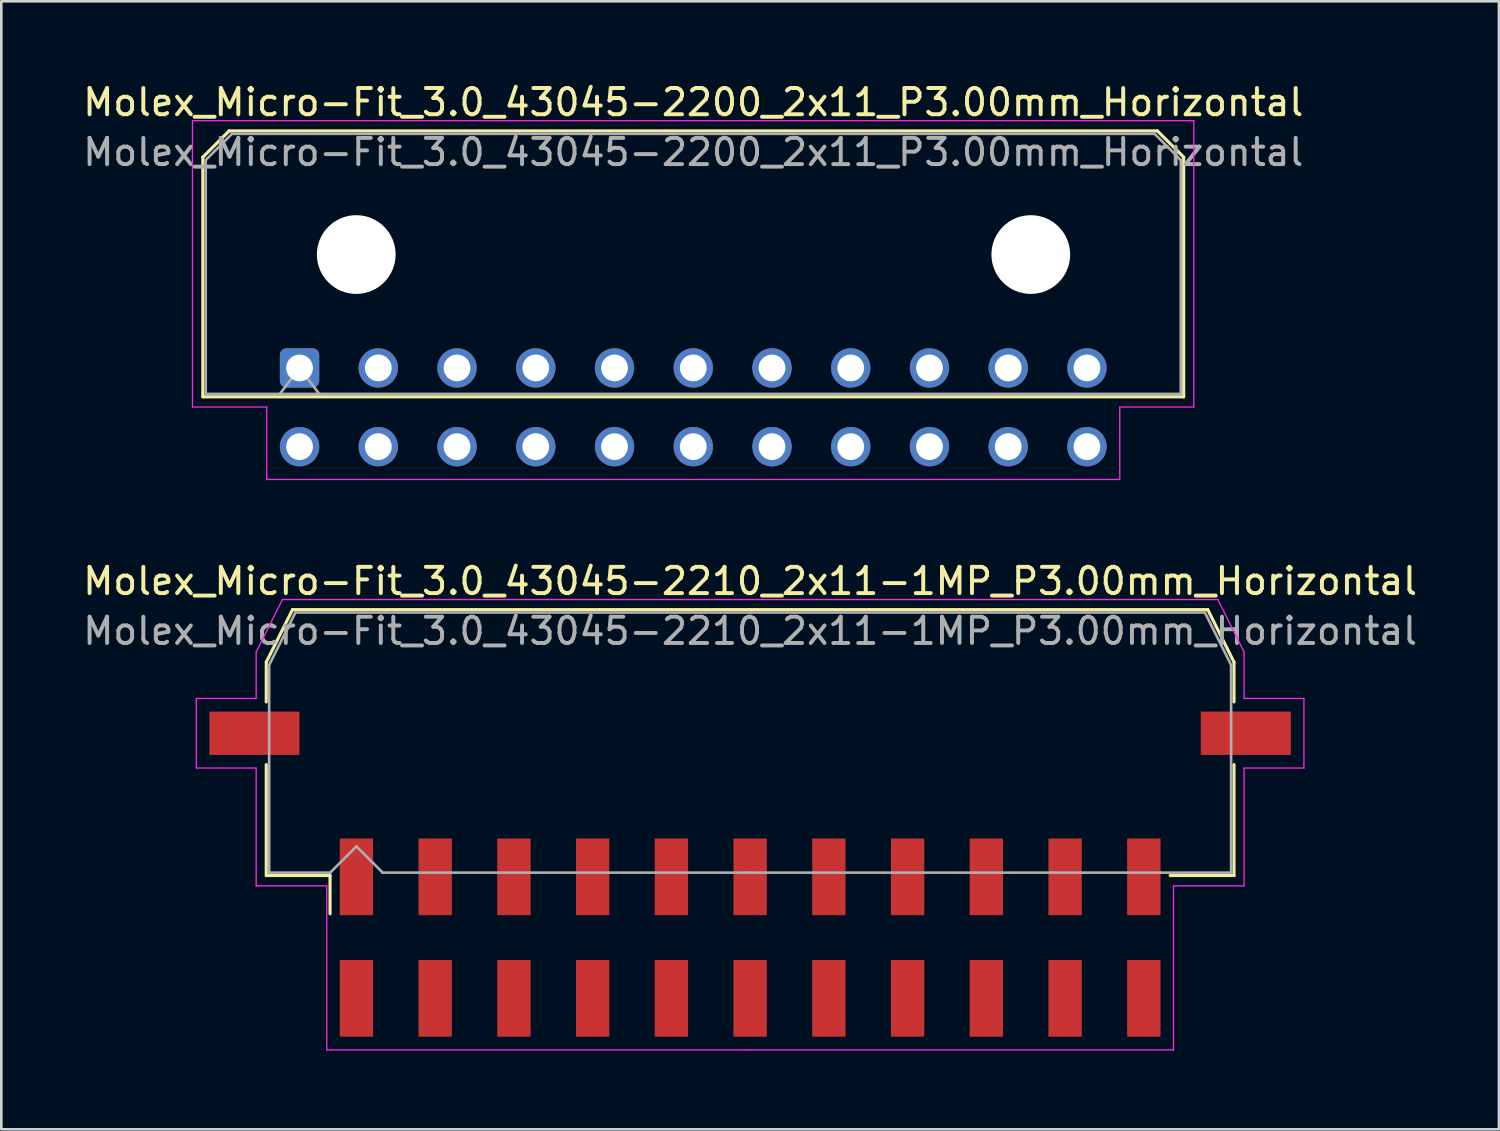
<source format=kicad_pcb>
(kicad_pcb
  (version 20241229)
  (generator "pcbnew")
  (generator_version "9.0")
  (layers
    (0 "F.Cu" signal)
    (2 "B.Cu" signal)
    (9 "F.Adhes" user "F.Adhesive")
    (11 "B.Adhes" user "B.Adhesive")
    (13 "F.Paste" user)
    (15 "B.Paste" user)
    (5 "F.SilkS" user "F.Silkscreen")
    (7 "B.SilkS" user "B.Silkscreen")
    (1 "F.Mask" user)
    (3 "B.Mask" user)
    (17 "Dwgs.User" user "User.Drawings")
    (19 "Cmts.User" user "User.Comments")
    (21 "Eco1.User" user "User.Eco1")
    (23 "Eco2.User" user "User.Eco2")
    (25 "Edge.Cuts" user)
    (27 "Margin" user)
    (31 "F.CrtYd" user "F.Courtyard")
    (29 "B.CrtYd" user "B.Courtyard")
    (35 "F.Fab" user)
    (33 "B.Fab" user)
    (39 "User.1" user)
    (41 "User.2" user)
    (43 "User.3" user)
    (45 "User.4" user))
  (footprint "Molex_Micro-Fit_3.0_43045-2200_2x11_P3.00mm_Horizontal"
    (layer "F.Cu")
    (at 8.363 10.968)
    (property "Reference" "Molex_Micro-Fit_3.0_43045-2200_2x11_P3.00mm_Horizontal" (at 15 -10.12 0) (layer "F.SilkS") (effects (font (size 1 1) (thickness 0.15))))
    (attr through_hole)
    (fp_line (start -3.685 -8.03) (end -2.685 -9.03) (stroke (width 0.12) (type solid)) (layer "F.SilkS"))
    (fp_line (start -3.685 1.1) (end -3.685 -8.03) (stroke (width 0.12) (type solid)) (layer "F.SilkS"))
    (fp_line (start -2.685 -9.03) (end 32.685 -9.03) (stroke (width 0.12) (type solid)) (layer "F.SilkS"))
    (fp_line (start 32.685 -9.03) (end 33.685 -8.03) (stroke (width 0.12) (type solid)) (layer "F.SilkS"))
    (fp_line (start 33.685 -8.03) (end 33.685 1.1) (stroke (width 0.12) (type solid)) (layer "F.SilkS"))
    (fp_line (start 33.685 1.1) (end -3.685 1.1) (stroke (width 0.12) (type solid)) (layer "F.SilkS"))
    (fp_line (start -4.08 -9.42) (end 34.07 -9.42) (stroke (width 0.05) (type solid)) (layer "F.CrtYd"))
    (fp_line (start -4.08 1.49) (end -4.08 -9.42) (stroke (width 0.05) (type solid)) (layer "F.CrtYd"))
    (fp_line (start -1.25 1.49) (end -4.08 1.49) (stroke (width 0.05) (type solid)) (layer "F.CrtYd"))
    (fp_line (start -1.25 4.25) (end -1.25 1.49) (stroke (width 0.05) (type solid)) (layer "F.CrtYd"))
    (fp_line (start 31.25 1.49) (end 31.25 4.25) (stroke (width 0.05) (type solid)) (layer "F.CrtYd"))
    (fp_line (start 31.25 4.25) (end -1.25 4.25) (stroke (width 0.05) (type solid)) (layer "F.CrtYd"))
    (fp_line (start 34.07 -9.42) (end 34.07 1.49) (stroke (width 0.05) (type solid)) (layer "F.CrtYd"))
    (fp_line (start 34.07 1.49) (end 31.25 1.49) (stroke (width 0.05) (type solid)) (layer "F.CrtYd"))
    (fp_line (start -3.575 -7.92) (end -2.575 -8.92) (stroke (width 0.1) (type solid)) (layer "F.Fab"))
    (fp_line (start -3.575 0.99) (end -3.575 -7.92) (stroke (width 0.1) (type solid)) (layer "F.Fab"))
    (fp_line (start -2.575 -8.92) (end 32.575 -8.92) (stroke (width 0.1) (type solid)) (layer "F.Fab"))
    (fp_line (start -0.75 0.99) (end 0 0) (stroke (width 0.1) (type solid)) (layer "F.Fab"))
    (fp_line (start 0 0) (end 0.75 0.99) (stroke (width 0.1) (type solid)) (layer "F.Fab"))
    (fp_line (start 32.575 -8.92) (end 33.575 -7.92) (stroke (width 0.1) (type solid)) (layer "F.Fab"))
    (fp_line (start 33.575 -7.92) (end 33.575 0.99) (stroke (width 0.1) (type solid)) (layer "F.Fab"))
    (fp_line (start 33.575 0.99) (end -3.575 0.99) (stroke (width 0.1) (type solid)) (layer "F.Fab"))
    (fp_text user "${REFERENCE}" (at 15 -8.22 0) (layer "F.Fab") (effects (font (size 1 1) (thickness 0.15))))
    (pad "" np_thru_hole circle (at 2.16 -4.32) (size 3 3) (drill 3) (layers "*.Cu" "*.Mask"))
    (pad "" np_thru_hole circle (at 27.86 -4.32) (size 3 3) (drill 3) (layers "*.Cu" "*.Mask"))
    (pad "1" thru_hole roundrect (at 0 0) (size 1.5 1.5) (drill 1.02) (layers "*.Cu" "*.Mask") (roundrect_rratio 0.167))
    (pad "2" thru_hole circle (at 3 0) (size 1.5 1.5) (drill 1.02) (layers "*.Cu" "*.Mask"))
    (pad "3" thru_hole circle (at 6 0) (size 1.5 1.5) (drill 1.02) (layers "*.Cu" "*.Mask"))
    (pad "4" thru_hole circle (at 9 0) (size 1.5 1.5) (drill 1.02) (layers "*.Cu" "*.Mask"))
    (pad "5" thru_hole circle (at 12 0) (size 1.5 1.5) (drill 1.02) (layers "*.Cu" "*.Mask"))
    (pad "6" thru_hole circle (at 15 0) (size 1.5 1.5) (drill 1.02) (layers "*.Cu" "*.Mask"))
    (pad "7" thru_hole circle (at 18 0) (size 1.5 1.5) (drill 1.02) (layers "*.Cu" "*.Mask"))
    (pad "8" thru_hole circle (at 21 0) (size 1.5 1.5) (drill 1.02) (layers "*.Cu" "*.Mask"))
    (pad "9" thru_hole circle (at 24 0) (size 1.5 1.5) (drill 1.02) (layers "*.Cu" "*.Mask"))
    (pad "10" thru_hole circle (at 27 0) (size 1.5 1.5) (drill 1.02) (layers "*.Cu" "*.Mask"))
    (pad "11" thru_hole circle (at 30 0) (size 1.5 1.5) (drill 1.02) (layers "*.Cu" "*.Mask"))
    (pad "12" thru_hole circle (at 0 3) (size 1.5 1.5) (drill 1.02) (layers "*.Cu" "*.Mask"))
    (pad "13" thru_hole circle (at 3 3) (size 1.5 1.5) (drill 1.02) (layers "*.Cu" "*.Mask"))
    (pad "14" thru_hole circle (at 6 3) (size 1.5 1.5) (drill 1.02) (layers "*.Cu" "*.Mask"))
    (pad "15" thru_hole circle (at 9 3) (size 1.5 1.5) (drill 1.02) (layers "*.Cu" "*.Mask"))
    (pad "16" thru_hole circle (at 12 3) (size 1.5 1.5) (drill 1.02) (layers "*.Cu" "*.Mask"))
    (pad "17" thru_hole circle (at 15 3) (size 1.5 1.5) (drill 1.02) (layers "*.Cu" "*.Mask"))
    (pad "18" thru_hole circle (at 18 3) (size 1.5 1.5) (drill 1.02) (layers "*.Cu" "*.Mask"))
    (pad "19" thru_hole circle (at 21 3) (size 1.5 1.5) (drill 1.02) (layers "*.Cu" "*.Mask"))
    (pad "20" thru_hole circle (at 24 3) (size 1.5 1.5) (drill 1.02) (layers "*.Cu" "*.Mask"))
    (pad "21" thru_hole circle (at 27 3) (size 1.5 1.5) (drill 1.02) (layers "*.Cu" "*.Mask"))
    (pad "22" thru_hole circle (at 30 3) (size 1.5 1.5) (drill 1.02) (layers "*.Cu" "*.Mask")))
  (footprint "Molex_Micro-Fit_3.0_43045-2210_2x11-1MP_P3.00mm_Horizontal"
    (layer "F.Cu")
    (at 25.53 32.672)
    (property "Reference" "Molex_Micro-Fit_3.0_43045-2210_2x11-1MP_P3.00mm_Horizontal" (at 0 -13.58 0) (layer "F.SilkS") (effects (font (size 1 1) (thickness 0.15))))
    (attr smd)
    (fp_line (start -18.435 -10.495) (end -18.435 -8.98) (stroke (width 0.12) (type solid)) (layer "F.SilkS"))
    (fp_line (start -18.435 -6.59) (end -18.435 -2.365) (stroke (width 0.12) (type solid)) (layer "F.SilkS"))
    (fp_line (start -18.435 -2.365) (end -16.005 -2.365) (stroke (width 0.12) (type solid)) (layer "F.SilkS"))
    (fp_line (start -17.435 -12.495) (end -18.435 -10.495) (stroke (width 0.12) (type solid)) (layer "F.SilkS"))
    (fp_line (start -16.005 -2.365) (end -16.005 -0.905) (stroke (width 0.12) (type solid)) (layer "F.SilkS"))
    (fp_line (start 0 -12.495) (end -17.435 -12.495) (stroke (width 0.12) (type solid)) (layer "F.SilkS"))
    (fp_line (start 0 -12.495) (end 17.435 -12.495) (stroke (width 0.12) (type solid)) (layer "F.SilkS"))
    (fp_line (start 17.435 -12.495) (end 18.435 -10.495) (stroke (width 0.12) (type solid)) (layer "F.SilkS"))
    (fp_line (start 18.435 -10.495) (end 18.435 -8.98) (stroke (width 0.12) (type solid)) (layer "F.SilkS"))
    (fp_line (start 18.435 -6.59) (end 18.435 -2.365) (stroke (width 0.12) (type solid)) (layer "F.SilkS"))
    (fp_line (start 18.435 -2.365) (end 16.005 -2.365) (stroke (width 0.12) (type solid)) (layer "F.SilkS"))
    (fp_line (start -21.1 -9.11) (end -21.1 -6.46) (stroke (width 0.05) (type solid)) (layer "F.CrtYd"))
    (fp_line (start -21.1 -6.46) (end -18.82 -6.46) (stroke (width 0.05) (type solid)) (layer "F.CrtYd"))
    (fp_line (start -18.82 -10.88) (end -18.82 -9.11) (stroke (width 0.05) (type solid)) (layer "F.CrtYd"))
    (fp_line (start -18.82 -9.11) (end -21.1 -9.11) (stroke (width 0.05) (type solid)) (layer "F.CrtYd"))
    (fp_line (start -18.82 -6.46) (end -18.82 -1.97) (stroke (width 0.05) (type solid)) (layer "F.CrtYd"))
    (fp_line (start -18.82 -1.97) (end -16.13 -1.97) (stroke (width 0.05) (type solid)) (layer "F.CrtYd"))
    (fp_line (start -17.82 -12.88) (end -18.82 -10.88) (stroke (width 0.05) (type solid)) (layer "F.CrtYd"))
    (fp_line (start -16.13 -1.97) (end -16.13 4.28) (stroke (width 0.05) (type solid)) (layer "F.CrtYd"))
    (fp_line (start -16.13 4.28) (end 0 4.28) (stroke (width 0.05) (type solid)) (layer "F.CrtYd"))
    (fp_line (start 0 -12.88) (end -17.82 -12.88) (stroke (width 0.05) (type solid)) (layer "F.CrtYd"))
    (fp_line (start 0 -12.88) (end 17.82 -12.88) (stroke (width 0.05) (type solid)) (layer "F.CrtYd"))
    (fp_line (start 16.13 -1.97) (end 16.13 4.28) (stroke (width 0.05) (type solid)) (layer "F.CrtYd"))
    (fp_line (start 16.13 4.28) (end 0 4.28) (stroke (width 0.05) (type solid)) (layer "F.CrtYd"))
    (fp_line (start 17.82 -12.88) (end 18.82 -10.88) (stroke (width 0.05) (type solid)) (layer "F.CrtYd"))
    (fp_line (start 18.82 -10.88) (end 18.82 -9.11) (stroke (width 0.05) (type solid)) (layer "F.CrtYd"))
    (fp_line (start 18.82 -9.11) (end 21.1 -9.11) (stroke (width 0.05) (type solid)) (layer "F.CrtYd"))
    (fp_line (start 18.82 -6.46) (end 18.82 -1.97) (stroke (width 0.05) (type solid)) (layer "F.CrtYd"))
    (fp_line (start 18.82 -1.97) (end 16.13 -1.97) (stroke (width 0.05) (type solid)) (layer "F.CrtYd"))
    (fp_line (start 21.1 -9.11) (end 21.1 -6.46) (stroke (width 0.05) (type solid)) (layer "F.CrtYd"))
    (fp_line (start 21.1 -6.46) (end 18.82 -6.46) (stroke (width 0.05) (type solid)) (layer "F.CrtYd"))
    (fp_line (start -18.325 -10.385) (end -18.325 -8.61) (stroke (width 0.1) (type solid)) (layer "F.Fab"))
    (fp_line (start -18.325 -8.61) (end -18.325 -2.475) (stroke (width 0.1) (type solid)) (layer "F.Fab"))
    (fp_line (start -18.325 -2.475) (end -16 -2.475) (stroke (width 0.1) (type solid)) (layer "F.Fab"))
    (fp_line (start -17.325 -12.385) (end -18.325 -10.385) (stroke (width 0.1) (type solid)) (layer "F.Fab"))
    (fp_line (start -16 -2.475) (end -15 -3.475) (stroke (width 0.1) (type solid)) (layer "F.Fab"))
    (fp_line (start -15 -3.475) (end -14 -2.475) (stroke (width 0.1) (type solid)) (layer "F.Fab"))
    (fp_line (start -14 -2.475) (end 0 -2.475) (stroke (width 0.1) (type solid)) (layer "F.Fab"))
    (fp_line (start 0 -12.385) (end -17.325 -12.385) (stroke (width 0.1) (type solid)) (layer "F.Fab"))
    (fp_line (start 0 -12.385) (end 17.325 -12.385) (stroke (width 0.1) (type solid)) (layer "F.Fab"))
    (fp_line (start 15.635 -2.475) (end 0 -2.475) (stroke (width 0.1) (type solid)) (layer "F.Fab"))
    (fp_line (start 17.325 -12.385) (end 18.325 -10.385) (stroke (width 0.1) (type solid)) (layer "F.Fab"))
    (fp_line (start 18.325 -10.385) (end 18.325 -8.61) (stroke (width 0.1) (type solid)) (layer "F.Fab"))
    (fp_line (start 18.325 -8.61) (end 18.325 -2.475) (stroke (width 0.1) (type solid)) (layer "F.Fab"))
    (fp_line (start 18.325 -2.475) (end 15.635 -2.475) (stroke (width 0.1) (type solid)) (layer "F.Fab"))
    (fp_text user "${REFERENCE}" (at 0 -11.68 0) (layer "F.Fab") (effects (font (size 1 1) (thickness 0.15))))
    (pad "1" smd rect (at -15 -2.315) (size 1.27 2.92) (layers "F.Cu" "F.Mask" "F.Paste"))
    (pad "2" smd rect (at -12 -2.315) (size 1.27 2.92) (layers "F.Cu" "F.Mask" "F.Paste"))
    (pad "3" smd rect (at -9 -2.315) (size 1.27 2.92) (layers "F.Cu" "F.Mask" "F.Paste"))
    (pad "4" smd rect (at -6 -2.315) (size 1.27 2.92) (layers "F.Cu" "F.Mask" "F.Paste"))
    (pad "5" smd rect (at -3 -2.315) (size 1.27 2.92) (layers "F.Cu" "F.Mask" "F.Paste"))
    (pad "6" smd rect (at 0 -2.315) (size 1.27 2.92) (layers "F.Cu" "F.Mask" "F.Paste"))
    (pad "7" smd rect (at 3 -2.315) (size 1.27 2.92) (layers "F.Cu" "F.Mask" "F.Paste"))
    (pad "8" smd rect (at 6 -2.315) (size 1.27 2.92) (layers "F.Cu" "F.Mask" "F.Paste"))
    (pad "9" smd rect (at 9 -2.315) (size 1.27 2.92) (layers "F.Cu" "F.Mask" "F.Paste"))
    (pad "10" smd rect (at 12 -2.315) (size 1.27 2.92) (layers "F.Cu" "F.Mask" "F.Paste"))
    (pad "11" smd rect (at 15 -2.315) (size 1.27 2.92) (layers "F.Cu" "F.Mask" "F.Paste"))
    (pad "12" smd rect (at -15 2.315) (size 1.27 2.92) (layers "F.Cu" "F.Mask" "F.Paste"))
    (pad "13" smd rect (at -12 2.315) (size 1.27 2.92) (layers "F.Cu" "F.Mask" "F.Paste"))
    (pad "14" smd rect (at -9 2.315) (size 1.27 2.92) (layers "F.Cu" "F.Mask" "F.Paste"))
    (pad "15" smd rect (at -6 2.315) (size 1.27 2.92) (layers "F.Cu" "F.Mask" "F.Paste"))
    (pad "16" smd rect (at -3 2.315) (size 1.27 2.92) (layers "F.Cu" "F.Mask" "F.Paste"))
    (pad "17" smd rect (at 0 2.315) (size 1.27 2.92) (layers "F.Cu" "F.Mask" "F.Paste"))
    (pad "18" smd rect (at 3 2.315) (size 1.27 2.92) (layers "F.Cu" "F.Mask" "F.Paste"))
    (pad "19" smd rect (at 6 2.315) (size 1.27 2.92) (layers "F.Cu" "F.Mask" "F.Paste"))
    (pad "20" smd rect (at 9 2.315) (size 1.27 2.92) (layers "F.Cu" "F.Mask" "F.Paste"))
    (pad "21" smd rect (at 12 2.315) (size 1.27 2.92) (layers "F.Cu" "F.Mask" "F.Paste"))
    (pad "22" smd rect (at 15 2.315) (size 1.27 2.92) (layers "F.Cu" "F.Mask" "F.Paste"))
    (pad "MP" smd rect (at -18.885 -7.785) (size 3.43 1.65) (layers "F.Cu" "F.Mask" "F.Paste"))
    (pad "MP" smd rect (at 18.885 -7.785) (size 3.43 1.65) (layers "F.Cu" "F.Mask" "F.Paste")))
  (gr_rect
    (start -3 -3)
    (end 54.06 39.977)
    (stroke (width 0.1) (type default))
    (fill no)
    (layer "Edge.Cuts")))
</source>
